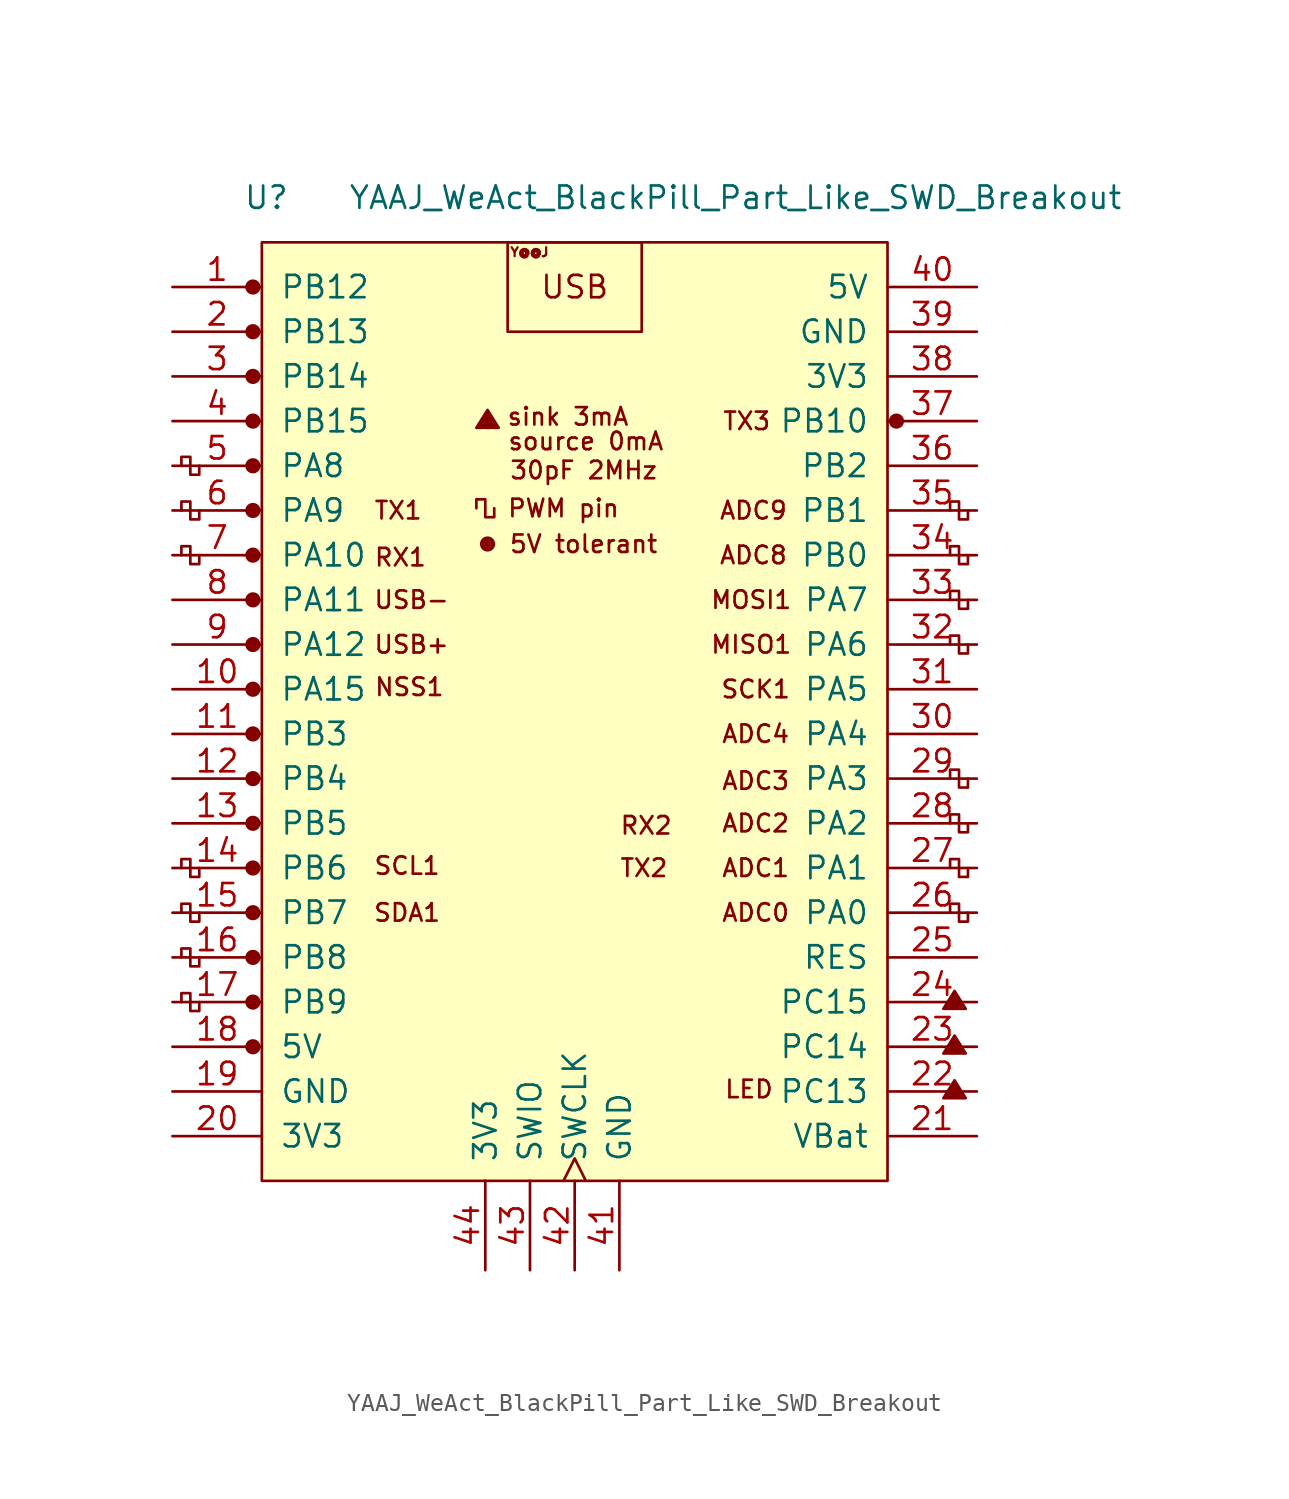
<source format=kicad_sym>
(kicad_symbol_lib
  (version 20211014)
  (generator kicad_symbol_editor)
  (symbol "YAAJ_WeAct_BlackPill_Part_Like_SWD_Breakout"
    (pin_names
      (offset 1.016))
    (property "Reference" "U"
      (at -17.526 27.94 0)
      (effects (font (size 1.27 1.27))))
    (property "Value" "YAAJ_WeAct_BlackPill_Part_Like_SWD_Breakout"
      (at 9.144 27.94 0)
      (effects (font (size 1.27 1.27))))
    (symbol "YAAJ_WeAct_BlackPill_Part_Like_SWD_Breakout_0_0"
      (circle (center -18.288 -20.32) (radius 0.356) (stroke (width 0) (type default) (color 0 0 0 0)) (fill (type outline)))
      (circle (center -18.288 -17.78) (radius 0.356) (stroke (width 0) (type default) (color 0 0 0 0)) (fill (type outline)))
      (circle (center -18.288 -15.24) (radius 0.356) (stroke (width 0) (type default) (color 0 0 0 0)) (fill (type outline)))
      (circle (center -18.288 -12.7) (radius 0.356) (stroke (width 0) (type default) (color 0 0 0 0)) (fill (type outline)))
      (circle (center -18.288 -10.16) (radius 0.356) (stroke (width 0) (type default) (color 0 0 0 0)) (fill (type outline)))
      (circle (center -18.288 -7.62) (radius 0.356) (stroke (width 0) (type default) (color 0 0 0 0)) (fill (type outline)))
      (circle (center -18.288 -5.08) (radius 0.356) (stroke (width 0) (type default) (color 0 0 0 0)) (fill (type outline)))
      (circle (center -18.288 -2.54) (radius 0.356) (stroke (width 0) (type default) (color 0 0 0 0)) (fill (type outline)))
      (circle (center -18.288 0) (radius 0.356) (stroke (width 0) (type default) (color 0 0 0 0)) (fill (type outline)))
      (circle (center -18.288 2.54) (radius 0.356) (stroke (width 0) (type default) (color 0 0 0 0)) (fill (type outline)))
      (circle (center -18.288 5.08) (radius 0.356) (stroke (width 0) (type default) (color 0 0 0 0)) (fill (type outline)))
      (circle (center -18.288 7.62) (radius 0.356) (stroke (width 0) (type default) (color 0 0 0 0)) (fill (type outline)))
      (circle (center -18.288 10.16) (radius 0.356) (stroke (width 0) (type default) (color 0 0 0 0)) (fill (type outline)))
      (circle (center -18.288 12.7) (radius 0.356) (stroke (width 0) (type default) (color 0 0 0 0)) (fill (type outline)))
      (circle (center -18.288 15.24) (radius 0.356) (stroke (width 0) (type default) (color 0 0 0 0)) (fill (type outline)))
      (circle (center -18.288 17.78) (radius 0.356) (stroke (width 0) (type default) (color 0 0 0 0)) (fill (type outline)))
      (circle (center -18.288 22.86) (radius 0.356) (stroke (width 0) (type default) (color 0 0 0 0)) (fill (type outline)))
      (circle (center -4.953 8.255) (radius 0.127) (stroke (width 0) (type default) (color 0 0 0 0)) (fill (type outline)))
      (circle (center -4.953 8.255) (radius 0.254) (stroke (width 0) (type default) (color 0 0 0 0)) (fill (type none)))
      (circle (center -4.953 8.255) (radius 0.356) (stroke (width 0) (type default) (color 0 0 0 0)) (fill (type none)))
      (polyline (pts (xy -5.588 14.859) (xy -4.953 15.875) (xy -4.318 14.859) (xy -5.588 14.859) (xy -4.953 15.748) (xy -4.445 14.859) (xy -5.461 14.986) (xy -4.953 15.621) (xy -4.572 14.859) (xy -5.334 15.113) (xy -4.826 15.494) (xy -4.699 14.859) (xy -5.207 15.24) (xy -4.699 15.367) (xy -4.826 14.986) (xy -5.08 15.24) (xy -4.826 15.113) (xy -4.953 15.367)) (stroke (width 0) (type default) (color 0 0 0 0)) (fill (type none)))
      (polyline (pts (xy 20.955 -23.241) (xy 21.59 -22.225) (xy 22.225 -23.241) (xy 20.955 -23.241) (xy 21.59 -22.352) (xy 22.098 -23.241) (xy 21.082 -23.114) (xy 21.59 -22.479) (xy 21.971 -23.241) (xy 21.209 -22.987) (xy 21.717 -22.606) (xy 21.844 -23.241) (xy 21.336 -22.86) (xy 21.844 -22.733) (xy 21.717 -23.114) (xy 21.463 -22.86) (xy 21.717 -22.987) (xy 21.59 -22.733)) (stroke (width 0) (type default) (color 0 0 0 0)) (fill (type none)))
      (polyline (pts (xy 20.955 -20.701) (xy 21.59 -19.685) (xy 22.225 -20.701) (xy 20.955 -20.701) (xy 21.59 -19.812) (xy 22.098 -20.701) (xy 21.082 -20.574) (xy 21.59 -19.939) (xy 21.971 -20.701) (xy 21.209 -20.447) (xy 21.717 -20.066) (xy 21.844 -20.701) (xy 21.336 -20.32) (xy 21.844 -20.193) (xy 21.717 -20.574) (xy 21.463 -20.32) (xy 21.717 -20.447) (xy 21.59 -20.193)) (stroke (width 0) (type default) (color 0 0 0 0)) (fill (type none)))
      (polyline (pts (xy 20.955 -18.161) (xy 21.59 -17.145) (xy 22.225 -18.161) (xy 20.955 -18.161) (xy 21.59 -17.272) (xy 22.098 -18.161) (xy 21.082 -18.034) (xy 21.59 -17.399) (xy 21.971 -18.161) (xy 21.209 -17.907) (xy 21.717 -17.526) (xy 21.844 -18.161) (xy 21.336 -17.78) (xy 21.844 -17.653) (xy 21.717 -18.034) (xy 21.463 -17.78) (xy 21.717 -17.907) (xy 21.59 -17.653)) (stroke (width 0) (type default) (color 0 0 0 0)) (fill (type none)))
      (circle (center 18.288 15.24) (radius 0.254) (stroke (width 0) (type default) (color 0 0 0 0)) (fill (type outline)))
      (circle (center 18.288 15.24) (radius 0.356) (stroke (width 0) (type default) (color 0 0 0 0)) (fill (type none)))
      (text "30pF 2MHz" (at 0.508 12.446 0) (effects (font (size 0.991 0.991))))
      (text "5V tolerant" (at 0.508 8.255 0) (effects (font (size 0.991 0.991))))
      (text "ADC0" (at 10.287 -12.7 0) (effects (font (size 0.991 0.991))))
      (text "ADC1" (at 10.287 -10.16 0) (effects (font (size 0.991 0.991))))
      (text "ADC2" (at 10.287 -7.62 0) (effects (font (size 0.991 0.991))))
      (text "ADC3" (at 10.287 -5.207 0) (effects (font (size 0.991 0.991))))
      (text "ADC4" (at 10.287 -2.54 0) (effects (font (size 0.991 0.991))))
      (text "ADC8" (at 10.16 7.62 0) (effects (font (size 0.991 0.991))))
      (text "ADC9" (at 10.16 10.16 0) (effects (font (size 0.991 0.991))))
      (text "LED" (at 9.906 -22.733 0) (effects (font (size 0.991 0.991))))
      (text "MISO1" (at 10.033 2.54 0) (effects (font (size 0.991 0.991))))
      (text "MOSI1" (at 10.033 5.08 0) (effects (font (size 0.991 0.991))))
      (text "NSS1" (at -9.398 0.127 0) (effects (font (size 0.991 0.991))))
      (text "PWM pin" (at -0.635 10.287 0) (effects (font (size 0.991 0.991))))
      (text "RX1" (at -9.906 7.493 0) (effects (font (size 0.991 0.991))))
      (text "RX2" (at 4.064 -7.747 0) (effects (font (size 0.991 0.991))))
      (text "SCK1" (at 10.287 0 0) (effects (font (size 0.991 0.991))))
      (text "SCL1" (at -9.525 -10.033 0) (effects (font (size 0.991 0.991))))
      (text "SDA1" (at -9.525 -12.7 0) (effects (font (size 0.991 0.991))))
      (text "sink 3mA" (at -0.381 15.494 0) (effects (font (size 0.991 0.991))))
      (text "source 0mA" (at 0.635 14.097 0) (effects (font (size 0.991 0.991))))
      (text "TX1" (at -10.033 10.16 0) (effects (font (size 0.991 0.991))))
      (text "TX2" (at 3.937 -10.16 0) (effects (font (size 0.991 0.991))))
      (text "TX3" (at 9.779 15.24 0) (effects (font (size 0.991 0.991))))
      (text "USB" (at 0 22.86 0) (effects (font (size 1.27 1.27))))
      (text "USB+" (at -9.271 2.54 0) (effects (font (size 0.991 0.991))))
      (text "USB-" (at -9.271 5.08 0) (effects (font (size 0.991 0.991))))
      (text "Y@@J" (at -2.565 24.841 0) (effects (font (size 0.508 0.508)))))
    (symbol "YAAJ_WeAct_BlackPill_Part_Like_SWD_Breakout_0_1"
      (rectangle (start -17.78 25.4) (end 17.78 -27.94) (stroke (width 0) (type default) (color 0 0 0 0)) (fill (type background)))
      (polyline (pts (xy -21.336 -17.78) (xy -21.336 -18.288) (xy -21.844 -18.288) (xy -21.844 -17.272) (xy -22.352 -17.272) (xy -22.352 -17.78)) (stroke (width 0) (type default) (color 0 0 0 0)) (fill (type none)))
      (polyline (pts (xy -21.336 -15.24) (xy -21.336 -15.748) (xy -21.844 -15.748) (xy -21.844 -14.732) (xy -22.352 -14.732) (xy -22.352 -15.24)) (stroke (width 0) (type default) (color 0 0 0 0)) (fill (type none)))
      (polyline (pts (xy -21.336 -12.7) (xy -21.336 -13.208) (xy -21.844 -13.208) (xy -21.844 -12.192) (xy -22.352 -12.192) (xy -22.352 -12.7)) (stroke (width 0) (type default) (color 0 0 0 0)) (fill (type none)))
      (polyline (pts (xy -21.336 -10.16) (xy -21.336 -10.668) (xy -21.844 -10.668) (xy -21.844 -9.652) (xy -22.352 -9.652) (xy -22.352 -10.16)) (stroke (width 0) (type default) (color 0 0 0 0)) (fill (type none)))
      (polyline (pts (xy -21.336 7.62) (xy -21.336 7.112) (xy -21.844 7.112) (xy -21.844 8.128) (xy -22.352 8.128) (xy -22.352 7.62)) (stroke (width 0) (type default) (color 0 0 0 0)) (fill (type none)))
      (polyline (pts (xy -21.336 10.16) (xy -21.336 9.652) (xy -21.844 9.652) (xy -21.844 10.668) (xy -22.352 10.668) (xy -22.352 10.16)) (stroke (width 0) (type default) (color 0 0 0 0)) (fill (type none)))
      (polyline (pts (xy -21.336 12.7) (xy -21.336 12.192) (xy -21.844 12.192) (xy -21.844 13.208) (xy -22.352 13.208) (xy -22.352 12.7)) (stroke (width 0) (type default) (color 0 0 0 0)) (fill (type none)))
      (polyline (pts (xy -4.572 10.287) (xy -4.572 9.779) (xy -5.08 9.779) (xy -5.08 10.795) (xy -5.588 10.795) (xy -5.588 10.287)) (stroke (width 0) (type default) (color 0 0 0 0)) (fill (type none)))
      (polyline (pts (xy 22.352 -12.7) (xy 22.352 -13.208) (xy 21.844 -13.208) (xy 21.844 -12.192) (xy 21.336 -12.192) (xy 21.336 -12.7)) (stroke (width 0) (type default) (color 0 0 0 0)) (fill (type none)))
      (polyline (pts (xy 22.352 -10.16) (xy 22.352 -10.668) (xy 21.844 -10.668) (xy 21.844 -9.652) (xy 21.336 -9.652) (xy 21.336 -10.16)) (stroke (width 0) (type default) (color 0 0 0 0)) (fill (type none)))
      (polyline (pts (xy 22.352 -7.62) (xy 22.352 -8.128) (xy 21.844 -8.128) (xy 21.844 -7.112) (xy 21.336 -7.112) (xy 21.336 -7.62)) (stroke (width 0) (type default) (color 0 0 0 0)) (fill (type none)))
      (polyline (pts (xy 22.352 -5.08) (xy 22.352 -5.588) (xy 21.844 -5.588) (xy 21.844 -4.572) (xy 21.336 -4.572) (xy 21.336 -5.08)) (stroke (width 0) (type default) (color 0 0 0 0)) (fill (type none)))
      (polyline (pts (xy 22.352 2.54) (xy 22.352 2.032) (xy 21.844 2.032) (xy 21.844 3.048) (xy 21.336 3.048) (xy 21.336 2.54)) (stroke (width 0) (type default) (color 0 0 0 0)) (fill (type none)))
      (polyline (pts (xy 22.352 5.08) (xy 22.352 4.572) (xy 21.844 4.572) (xy 21.844 5.588) (xy 21.336 5.588) (xy 21.336 5.08)) (stroke (width 0) (type default) (color 0 0 0 0)) (fill (type none)))
      (polyline (pts (xy 22.352 7.62) (xy 22.352 7.112) (xy 21.844 7.112) (xy 21.844 8.128) (xy 21.336 8.128) (xy 21.336 7.62)) (stroke (width 0) (type default) (color 0 0 0 0)) (fill (type none)))
      (polyline (pts (xy 22.352 10.16) (xy 22.352 9.652) (xy 21.844 9.652) (xy 21.844 10.668) (xy 21.336 10.668) (xy 21.336 10.16)) (stroke (width 0) (type default) (color 0 0 0 0)) (fill (type none)))
      (rectangle (start 3.81 25.4) (end -3.81 20.32) (stroke (width 0) (type default) (color 0 0 0 0)) (fill (type none))))
    (symbol "YAAJ_WeAct_BlackPill_Part_Like_SWD_Breakout_1_1"
      (circle (center -18.288 20.32) (radius 0.356) (stroke (width 0) (type default) (color 0 0 0 0)) (fill (type outline)))
      (pin bidirectional line (at -22.86 22.86 0) (length 5.08) (name "PB12" (effects (font (size 1.27 1.27)))) (number "1" (effects (font (size 1.27 1.27)))))
      (pin bidirectional line (at -22.86 0 0) (length 5.08) (name "PA15" (effects (font (size 1.27 1.27)))) (number "10" (effects (font (size 1.27 1.27)))))
      (pin bidirectional line (at -22.86 -2.54 0) (length 5.08) (name "PB3" (effects (font (size 1.27 1.27)))) (number "11" (effects (font (size 1.27 1.27)))))
      (pin bidirectional line (at -22.86 -5.08 0) (length 5.08) (name "PB4" (effects (font (size 1.27 1.27)))) (number "12" (effects (font (size 1.27 1.27)))))
      (pin bidirectional line (at -22.86 -7.62 0) (length 5.08) (name "PB5" (effects (font (size 1.27 1.27)))) (number "13" (effects (font (size 1.27 1.27)))))
      (pin bidirectional line (at -22.86 -10.16 0) (length 5.08) (name "PB6" (effects (font (size 1.27 1.27)))) (number "14" (effects (font (size 1.27 1.27)))))
      (pin bidirectional line (at -22.86 -12.7 0) (length 5.08) (name "PB7" (effects (font (size 1.27 1.27)))) (number "15" (effects (font (size 1.27 1.27)))))
      (pin bidirectional line (at -22.86 -15.24 0) (length 5.08) (name "PB8" (effects (font (size 1.27 1.27)))) (number "16" (effects (font (size 1.27 1.27)))))
      (pin bidirectional line (at -22.86 -17.78 0) (length 5.08) (name "PB9" (effects (font (size 1.27 1.27)))) (number "17" (effects (font (size 1.27 1.27)))))
      (pin power_in line (at -22.86 -20.32 0) (length 5.08) (name "5V" (effects (font (size 1.27 1.27)))) (number "18" (effects (font (size 1.27 1.27)))))
      (pin power_in line (at -22.86 -22.86 0) (length 5.08) (name "GND" (effects (font (size 1.27 1.27)))) (number "19" (effects (font (size 1.27 1.27)))))
      (pin bidirectional line (at -22.86 20.32 0) (length 5.08) (name "PB13" (effects (font (size 1.27 1.27)))) (number "2" (effects (font (size 1.27 1.27)))))
      (pin power_in line (at -22.86 -25.4 0) (length 5.08) (name "3V3" (effects (font (size 1.27 1.27)))) (number "20" (effects (font (size 1.27 1.27)))))
      (pin power_in line (at 22.86 -25.4 180) (length 5.08) (name "VBat" (effects (font (size 1.27 1.27)))) (number "21" (effects (font (size 1.27 1.27)))))
      (pin bidirectional line (at 22.86 -22.86 180) (length 5.08) (name "PC13" (effects (font (size 1.27 1.27)))) (number "22" (effects (font (size 1.27 1.27)))))
      (pin bidirectional line (at 22.86 -20.32 180) (length 5.08) (name "PC14" (effects (font (size 1.27 1.27)))) (number "23" (effects (font (size 1.27 1.27)))))
      (pin bidirectional line (at 22.86 -17.78 180) (length 5.08) (name "PC15" (effects (font (size 1.27 1.27)))) (number "24" (effects (font (size 1.27 1.27)))))
      (pin input line (at 22.86 -15.24 180) (length 5.08) (name "RES" (effects (font (size 1.27 1.27)))) (number "25" (effects (font (size 1.27 1.27)))))
      (pin bidirectional line (at 22.86 -12.7 180) (length 5.08) (name "PA0" (effects (font (size 1.27 1.27)))) (number "26" (effects (font (size 1.27 1.27)))))
      (pin bidirectional line (at 22.86 -10.16 180) (length 5.08) (name "PA1" (effects (font (size 1.27 1.27)))) (number "27" (effects (font (size 1.27 1.27)))))
      (pin bidirectional line (at 22.86 -7.62 180) (length 5.08) (name "PA2" (effects (font (size 1.27 1.27)))) (number "28" (effects (font (size 1.27 1.27)))))
      (pin bidirectional line (at 22.86 -5.08 180) (length 5.08) (name "PA3" (effects (font (size 1.27 1.27)))) (number "29" (effects (font (size 1.27 1.27)))))
      (pin bidirectional line (at -22.86 17.78 0) (length 5.08) (name "PB14" (effects (font (size 1.27 1.27)))) (number "3" (effects (font (size 1.27 1.27)))))
      (pin bidirectional line (at 22.86 -2.54 180) (length 5.08) (name "PA4" (effects (font (size 1.27 1.27)))) (number "30" (effects (font (size 1.27 1.27)))))
      (pin bidirectional line (at 22.86 0 180) (length 5.08) (name "PA5" (effects (font (size 1.27 1.27)))) (number "31" (effects (font (size 1.27 1.27)))))
      (pin bidirectional line (at 22.86 2.54 180) (length 5.08) (name "PA6" (effects (font (size 1.27 1.27)))) (number "32" (effects (font (size 1.27 1.27)))))
      (pin bidirectional line (at 22.86 5.08 180) (length 5.08) (name "PA7" (effects (font (size 1.27 1.27)))) (number "33" (effects (font (size 1.27 1.27)))))
      (pin bidirectional line (at 22.86 7.62 180) (length 5.08) (name "PB0" (effects (font (size 1.27 1.27)))) (number "34" (effects (font (size 1.27 1.27)))))
      (pin bidirectional line (at 22.86 10.16 180) (length 5.08) (name "PB1" (effects (font (size 1.27 1.27)))) (number "35" (effects (font (size 1.27 1.27)))))
      (pin bidirectional line (at 22.86 12.7 180) (length 5.08) (name "PB2" (effects (font (size 1.27 1.27)))) (number "36" (effects (font (size 1.27 1.27)))))
      (pin bidirectional line (at 22.86 15.24 180) (length 5.08) (name "PB10" (effects (font (size 1.27 1.27)))) (number "37" (effects (font (size 1.27 1.27)))))
      (pin power_in line (at 22.86 17.78 180) (length 5.08) (name "3V3" (effects (font (size 1.27 1.27)))) (number "38" (effects (font (size 1.27 1.27)))))
      (pin power_in line (at 22.86 20.32 180) (length 5.08) (name "GND" (effects (font (size 1.27 1.27)))) (number "39" (effects (font (size 1.27 1.27)))))
      (pin bidirectional line (at -22.86 15.24 0) (length 5.08) (name "PB15" (effects (font (size 1.27 1.27)))) (number "4" (effects (font (size 1.27 1.27)))))
      (pin power_in line (at 22.86 22.86 180) (length 5.08) (name "5V" (effects (font (size 1.27 1.27)))) (number "40" (effects (font (size 1.27 1.27)))))
      (pin power_in line (at 2.54 -33.02 90) (length 5.08) (name "GND" (effects (font (size 1.27 1.27)))) (number "41" (effects (font (size 1.27 1.27)))))
      (pin bidirectional clock (at 0 -33.02 90) (length 5.08) (name "SWCLK" (effects (font (size 1.27 1.27)))) (number "42" (effects (font (size 1.27 1.27)))))
      (pin bidirectional line (at -2.54 -33.02 90) (length 5.08) (name "SWIO" (effects (font (size 1.27 1.27)))) (number "43" (effects (font (size 1.27 1.27)))))
      (pin power_in line (at -5.08 -33.02 90) (length 5.08) (name "3V3" (effects (font (size 1.27 1.27)))) (number "44" (effects (font (size 1.27 1.27)))))
      (pin bidirectional line (at -22.86 12.7 0) (length 5.08) (name "PA8" (effects (font (size 1.27 1.27)))) (number "5" (effects (font (size 1.27 1.27)))))
      (pin bidirectional line (at -22.86 10.16 0) (length 5.08) (name "PA9" (effects (font (size 1.27 1.27)))) (number "6" (effects (font (size 1.27 1.27)))))
      (pin bidirectional line (at -22.86 7.62 0) (length 5.08) (name "PA10" (effects (font (size 1.27 1.27)))) (number "7" (effects (font (size 1.27 1.27)))))
      (pin bidirectional line (at -22.86 5.08 0) (length 5.08) (name "PA11" (effects (font (size 1.27 1.27)))) (number "8" (effects (font (size 1.27 1.27)))))
      (pin bidirectional line (at -22.86 2.54 0) (length 5.08) (name "PA12" (effects (font (size 1.27 1.27)))) (number "9" (effects (font (size 1.27 1.27))))))))
</source>
